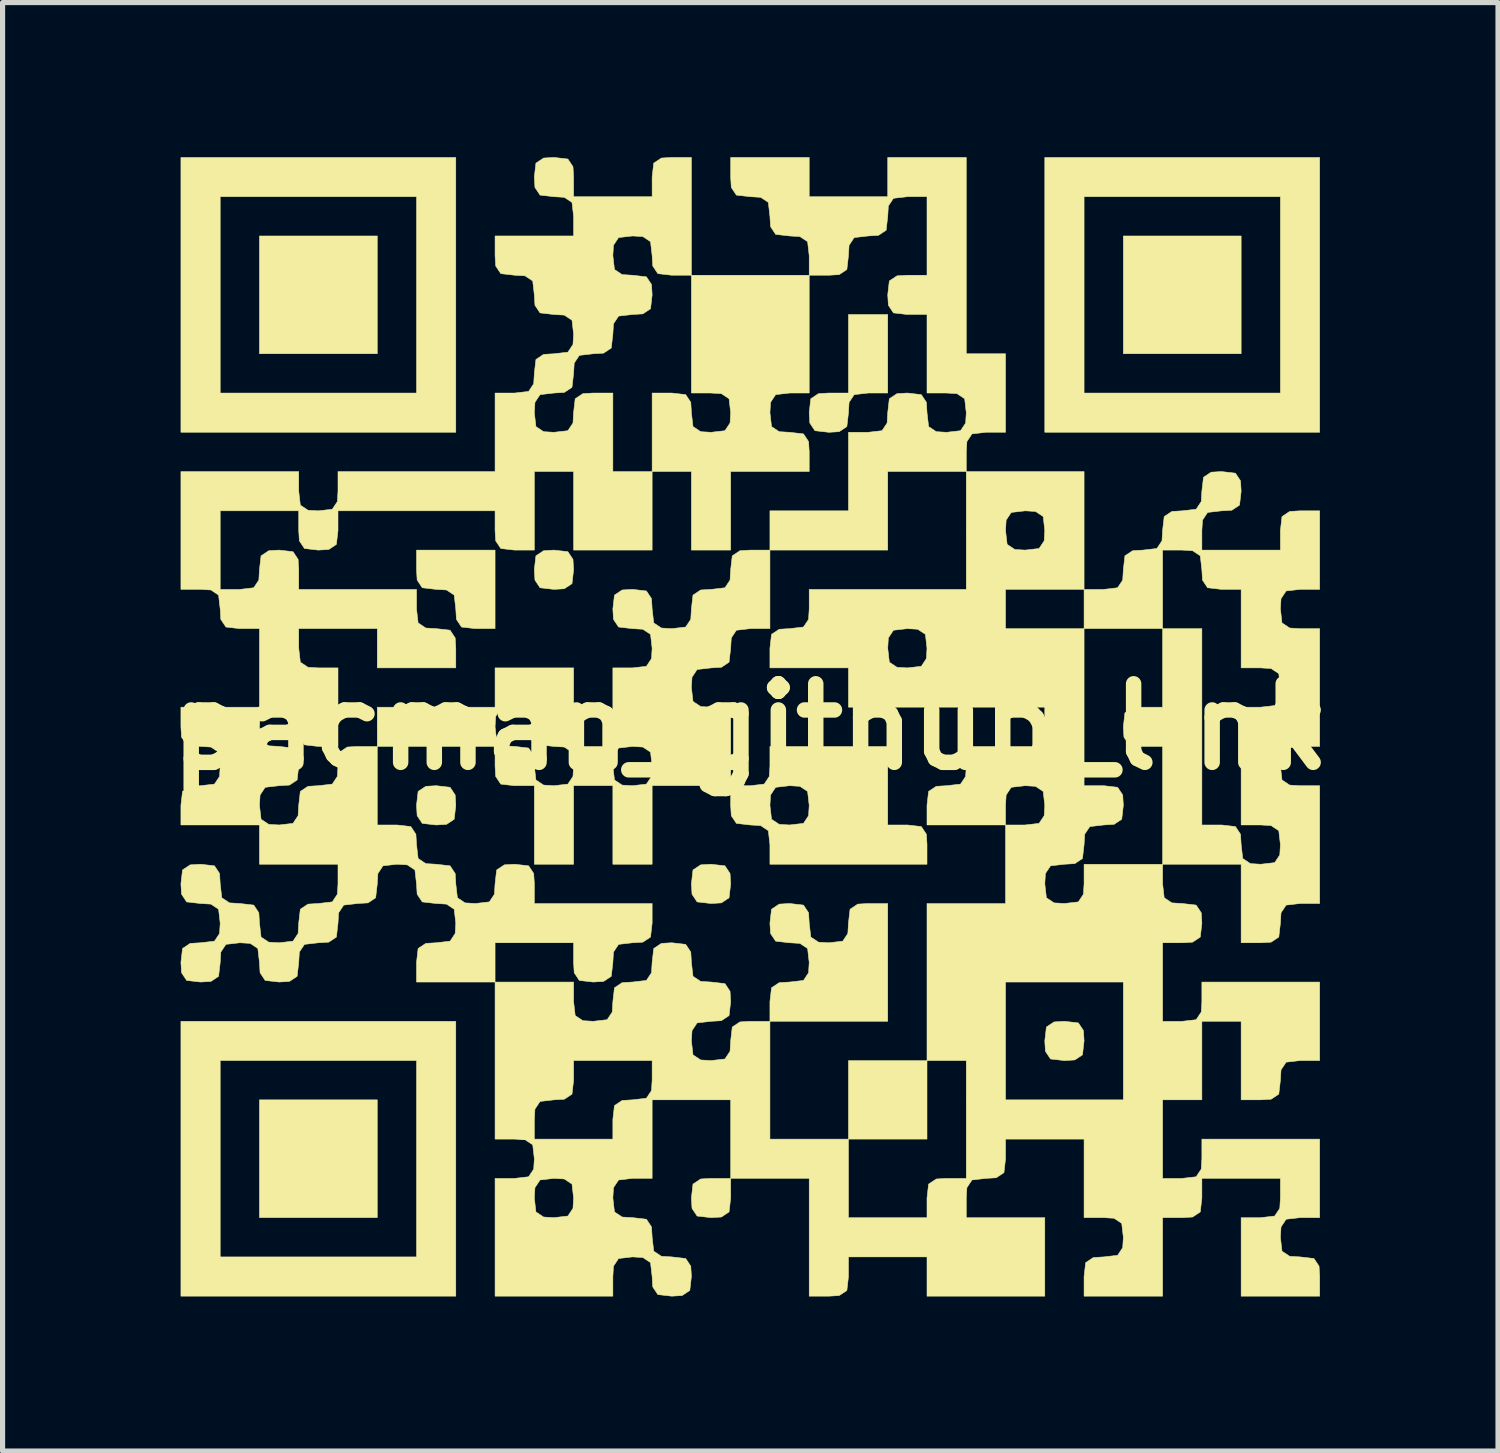
<source format=kicad_pcb>
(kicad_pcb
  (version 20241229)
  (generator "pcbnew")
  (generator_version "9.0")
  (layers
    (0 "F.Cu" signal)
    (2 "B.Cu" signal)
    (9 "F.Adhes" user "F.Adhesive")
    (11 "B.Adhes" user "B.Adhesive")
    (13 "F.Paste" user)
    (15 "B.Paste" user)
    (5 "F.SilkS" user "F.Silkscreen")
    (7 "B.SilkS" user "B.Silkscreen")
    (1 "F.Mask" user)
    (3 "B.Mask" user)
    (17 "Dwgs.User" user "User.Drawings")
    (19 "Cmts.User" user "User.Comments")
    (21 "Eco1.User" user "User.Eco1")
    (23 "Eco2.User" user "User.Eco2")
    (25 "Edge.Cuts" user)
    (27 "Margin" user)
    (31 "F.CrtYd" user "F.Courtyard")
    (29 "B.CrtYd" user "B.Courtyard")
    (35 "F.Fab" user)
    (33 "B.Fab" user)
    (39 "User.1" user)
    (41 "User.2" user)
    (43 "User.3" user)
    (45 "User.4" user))
  (footprint "pacman_github_link"
    (layer "F.Cu")
    (at 11.51 11.054)
    (property "Reference" "pacman_github_link" (at 0 0 0) (layer "F.SilkS") (effects (font (size 1.524 1.524) (thickness 0.3))))
    (attr through_hole)
    (fp_poly (pts (xy -7.239 -7.239) (xy -9.525 -7.239) (xy -9.525 -9.525) (xy -7.239 -9.525) (xy -7.239 -7.239)) (stroke (width 0.01) (type solid)) (fill yes) (layer "F.SilkS"))
    (fp_poly (pts (xy -7.239 9.525) (xy -9.525 9.525) (xy -9.525 7.239) (xy -7.239 7.239) (xy -7.239 9.525)) (stroke (width 0.01) (type solid)) (fill yes) (layer "F.SilkS"))
    (fp_poly (pts (xy 3.429 8.001) (xy 1.905 8.001) (xy 1.905 6.477) (xy 3.429 6.477) (xy 3.429 8.001)) (stroke (width 0.01) (type solid)) (fill yes) (layer "F.SilkS"))
    (fp_poly (pts (xy 9.525 -7.239) (xy 7.239 -7.239) (xy 7.239 -9.525) (xy 9.525 -9.525) (xy 9.525 -7.239)) (stroke (width 0.01) (type solid)) (fill yes) (layer "F.SilkS"))
    (fp_poly (pts (xy -5.715 -5.715) (xy -11.049 -5.715) (xy -11.049 -10.287) (xy -10.287 -10.287) (xy -10.287 -6.477) (xy -6.477 -6.477) (xy -6.477 -10.287) (xy -10.287 -10.287) (xy -11.049 -10.287) (xy -11.049 -11.049) (xy -5.715 -11.049) (xy -5.715 -5.715)) (stroke (width 0.01) (type solid)) (fill yes) (layer "F.SilkS"))
    (fp_poly (pts (xy -5.715 11.049) (xy -11.049 11.049) (xy -11.049 6.477) (xy -10.287 6.477) (xy -10.287 10.287) (xy -6.477 10.287) (xy -6.477 6.477) (xy -10.287 6.477) (xy -11.049 6.477) (xy -11.049 5.715) (xy -5.715 5.715) (xy -5.715 11.049)) (stroke (width 0.01) (type solid)) (fill yes) (layer "F.SilkS"))
    (fp_poly (pts (xy -0.381 9.144) (xy -0.412 9.414) (xy -0.561 9.513) (xy -0.762 9.525) (xy -1.032 9.494) (xy -1.131 9.345) (xy -1.143 9.144) (xy -1.112 8.874) (xy -0.963 8.775) (xy -0.762 8.763) (xy -0.381 8.763) (xy -0.381 9.144)) (stroke (width 0.01) (type solid)) (fill yes) (layer "F.SilkS"))
    (fp_poly (pts (xy 11.049 -5.715) (xy 5.715 -5.715) (xy 5.715 -10.287) (xy 6.477 -10.287) (xy 6.477 -6.477) (xy 10.287 -6.477) (xy 10.287 -10.287) (xy 6.477 -10.287) (xy 5.715 -10.287) (xy 5.715 -11.049) (xy 11.049 -11.049) (xy 11.049 -5.715)) (stroke (width 0.01) (type solid)) (fill yes) (layer "F.SilkS"))
    (fp_poly (pts (xy -5.826 1.174) (xy -5.727 1.323) (xy -5.715 1.524) (xy -5.746 1.794) (xy -5.895 1.893) (xy -6.096 1.905) (xy -6.366 1.874) (xy -6.465 1.725) (xy -6.477 1.524) (xy -6.446 1.254) (xy -6.297 1.155) (xy -6.096 1.143) (xy -5.826 1.174)) (stroke (width 0.01) (type solid)) (fill yes) (layer "F.SilkS"))
    (fp_poly (pts (xy -3.54 -3.398) (xy -3.441 -3.249) (xy -3.429 -3.048) (xy -3.46 -2.778) (xy -3.609 -2.679) (xy -3.81 -2.667) (xy -4.08 -2.698) (xy -4.179 -2.847) (xy -4.191 -3.048) (xy -4.16 -3.318) (xy -4.011 -3.417) (xy -3.81 -3.429) (xy -3.54 -3.398)) (stroke (width 0.01) (type solid)) (fill yes) (layer "F.SilkS"))
    (fp_poly (pts (xy -0.492 2.698) (xy -0.393 2.847) (xy -0.381 3.048) (xy -0.412 3.318) (xy -0.561 3.417) (xy -0.762 3.429) (xy -1.032 3.398) (xy -1.131 3.249) (xy -1.143 3.048) (xy -1.112 2.778) (xy -0.963 2.679) (xy -0.762 2.667) (xy -0.492 2.698)) (stroke (width 0.01) (type solid)) (fill yes) (layer "F.SilkS"))
    (fp_poly (pts (xy 6.366 5.746) (xy 6.465 5.895) (xy 6.477 6.096) (xy 6.446 6.366) (xy 6.297 6.465) (xy 6.096 6.477) (xy 5.826 6.446) (xy 5.727 6.297) (xy 5.715 6.096) (xy 5.746 5.826) (xy 5.895 5.727) (xy 6.096 5.715) (xy 6.366 5.746)) (stroke (width 0.01) (type solid)) (fill yes) (layer "F.SilkS"))
    (fp_poly (pts (xy -4.953 -1.905) (xy -5.334 -1.905) (xy -5.604 -1.936) (xy -5.703 -2.085) (xy -5.715 -2.286) (xy -5.746 -2.556) (xy -5.895 -2.655) (xy -6.096 -2.667) (xy -6.366 -2.698) (xy -6.465 -2.847) (xy -6.477 -3.048) (xy -6.477 -3.429) (xy -4.953 -3.429) (xy -4.953 -1.905)) (stroke (width 0.01) (type solid)) (fill yes) (layer "F.SilkS"))
    (fp_poly (pts (xy 2.667 -6.477) (xy 2.286 -6.477) (xy 2.016 -6.446) (xy 1.917 -6.297) (xy 1.905 -6.096) (xy 1.874 -5.826) (xy 1.725 -5.727) (xy 1.524 -5.715) (xy 1.254 -5.746) (xy 1.155 -5.895) (xy 1.143 -6.096) (xy 1.174 -6.366) (xy 1.323 -6.465) (xy 1.524 -6.477) (xy 1.905 -6.477) (xy 1.905 -8.001) (xy 2.667 -8.001) (xy 2.667 -6.477)) (stroke (width 0.01) (type solid)) (fill yes) (layer "F.SilkS"))
    (fp_poly (pts (xy 2.667 5.715) (xy 0.381 5.715) (xy 0.381 5.334) (xy 0.412 5.064) (xy 0.561 4.965) (xy 0.762 4.953) (xy 1.032 4.922) (xy 1.131 4.773) (xy 1.143 4.572) (xy 1.112 4.302) (xy 0.963 4.203) (xy 0.762 4.191) (xy 0.492 4.16) (xy 0.393 4.011) (xy 0.381 3.81) (xy 0.412 3.54) (xy 0.561 3.441) (xy 0.762 3.429) (xy 1.032 3.46) (xy 1.131 3.609) (xy 1.143 3.81) (xy 1.174 4.08) (xy 1.323 4.179) (xy 1.524 4.191) (xy 1.794 4.16) (xy 1.893 4.011) (xy 1.905 3.81) (xy 1.936 3.54) (xy 2.085 3.441) (xy 2.286 3.429) (xy 2.667 3.429) (xy 2.667 5.715)) (stroke (width 0.01) (type solid)) (fill yes) (layer "F.SilkS"))
    (fp_poly (pts (xy 0 1.143) (xy 0.27 1.112) (xy 0.369 0.963) (xy 0.381 0.762) (xy 0.381 0.381) (xy 2.667 0.381) (xy 2.667 1.905) (xy 3.048 1.905) (xy 3.318 1.936) (xy 3.417 2.085) (xy 3.429 2.286) (xy 3.429 2.667) (xy 0.381 2.667) (xy 0.381 2.286) (xy 0.35 2.016) (xy 0.201 1.917) (xy 0 1.905) (xy -0.27 1.874) (xy -0.369 1.725) (xy -0.381 1.524) (xy 0.381 1.524) (xy 0.412 1.794) (xy 0.561 1.893) (xy 0.762 1.905) (xy 1.032 1.874) (xy 1.131 1.725) (xy 1.143 1.524) (xy 1.112 1.254) (xy 0.963 1.155) (xy 0.762 1.143) (xy 0.492 1.174) (xy 0.393 1.323) (xy 0.381 1.524) (xy -0.381 1.524) (xy -0.381 1.143) (xy 0 1.143)) (stroke (width 0.01) (type solid)) (fill yes) (layer "F.SilkS"))
    (fp_poly (pts (xy 1.143 -9.144) (xy 1.112 -9.414) (xy 0.963 -9.513) (xy 0.762 -9.525) (xy 0.492 -9.556) (xy 0.393 -9.705) (xy 0.381 -9.906) (xy 0.35 -10.176) (xy 0.201 -10.275) (xy 0 -10.287) (xy -0.27 -10.318) (xy -0.369 -10.467) (xy -0.381 -10.668) (xy -0.381 -11.049) (xy 1.143 -11.049) (xy 1.143 -10.287) (xy 2.667 -10.287) (xy 2.667 -11.049) (xy 4.191 -11.049) (xy 4.191 -7.239) (xy 4.953 -7.239) (xy 4.953 -5.715) (xy 4.572 -5.715) (xy 4.302 -5.684) (xy 4.203 -5.535) (xy 4.191 -5.334) (xy 4.191 -4.953) (xy 2.667 -4.953) (xy 2.667 -3.429) (xy 0.381 -3.429) (xy 0.381 -4.191) (xy 1.905 -4.191) (xy 1.905 -5.715) (xy 2.286 -5.715) (xy 2.556 -5.746) (xy 2.655 -5.895) (xy 2.667 -6.096) (xy 2.698 -6.366) (xy 2.847 -6.465) (xy 3.048 -6.477) (xy 3.318 -6.446) (xy 3.417 -6.297) (xy 3.429 -6.096) (xy 3.46 -5.826) (xy 3.609 -5.727) (xy 3.81 -5.715) (xy 4.08 -5.746) (xy 4.179 -5.895) (xy 4.191 -6.096) (xy 4.16 -6.366) (xy 4.011 -6.465) (xy 3.81 -6.477) (xy 3.429 -6.477) (xy 3.429 -8.001) (xy 3.048 -8.001) (xy 2.778 -8.032) (xy 2.679 -8.181) (xy 2.667 -8.382) (xy 2.698 -8.652) (xy 2.847 -8.751) (xy 3.048 -8.763) (xy 3.429 -8.763) (xy 3.429 -10.287) (xy 3.048 -10.287) (xy 2.778 -10.256) (xy 2.679 -10.107) (xy 2.667 -9.906) (xy 2.636 -9.636) (xy 2.487 -9.537) (xy 2.286 -9.525) (xy 2.016 -9.494) (xy 1.917 -9.345) (xy 1.905 -9.144) (xy 1.874 -8.874) (xy 1.725 -8.775) (xy 1.524 -8.763) (xy 1.143 -8.763) (xy 1.143 -9.144)) (stroke (width 0.01) (type solid)) (fill yes) (layer "F.SilkS"))
    (fp_poly (pts (xy -1.905 1.143) (xy -1.905 2.667) (xy -2.667 2.667) (xy -2.667 1.143) (xy -3.429 1.143) (xy -3.429 2.667) (xy -4.191 2.667) (xy -4.191 1.143) (xy -4.572 1.143) (xy -4.842 1.112) (xy -4.941 0.963) (xy -4.953 0.762) (xy -4.953 0.381) (xy -7.239 0.381) (xy -7.239 0) (xy -4.953 0) (xy -4.922 0.27) (xy -4.773 0.369) (xy -4.572 0.381) (xy -4.302 0.412) (xy -4.203 0.561) (xy -4.191 0.762) (xy -4.16 1.032) (xy -4.011 1.131) (xy -3.81 1.143) (xy -3.54 1.112) (xy -3.441 0.963) (xy -3.429 0.762) (xy -2.667 0.762) (xy -2.636 1.032) (xy -2.487 1.131) (xy -2.286 1.143) (xy -2.016 1.112) (xy -1.917 0.963) (xy -1.905 0.762) (xy -1.936 0.492) (xy -2.085 0.393) (xy -2.286 0.381) (xy -2.556 0.412) (xy -2.655 0.561) (xy -2.667 0.762) (xy -3.429 0.762) (xy -3.46 0.492) (xy -3.609 0.393) (xy -3.81 0.381) (xy -4.08 0.35) (xy -4.179 0.201) (xy -4.191 0) (xy -4.222 -0.27) (xy -4.371 -0.369) (xy -4.572 -0.381) (xy -4.842 -0.35) (xy -4.941 -0.201) (xy -4.953 0) (xy -7.239 0) (xy -7.239 -0.381) (xy -4.953 -0.381) (xy -4.953 -1.143) (xy -3.429 -1.143) (xy -3.429 0.381) (xy -2.667 0.381) (xy -2.667 -1.143) (xy -2.286 -1.143) (xy -2.016 -1.174) (xy -1.917 -1.323) (xy -1.905 -1.524) (xy -1.936 -1.794) (xy -2.085 -1.893) (xy -2.286 -1.905) (xy -2.556 -1.936) (xy -2.655 -2.085) (xy -2.667 -2.286) (xy -2.636 -2.556) (xy -2.487 -2.655) (xy -2.286 -2.667) (xy -2.016 -2.636) (xy -1.917 -2.487) (xy -1.905 -2.286) (xy -1.874 -2.016) (xy -1.725 -1.917) (xy -1.524 -1.905) (xy -1.254 -1.936) (xy -1.155 -2.085) (xy -1.143 -2.286) (xy -1.112 -2.556) (xy -0.963 -2.655) (xy -0.762 -2.667) (xy -0.492 -2.698) (xy -0.393 -2.847) (xy -0.381 -3.048) (xy -0.35 -3.318) (xy -0.201 -3.417) (xy 0 -3.429) (xy 0.381 -3.429) (xy 0.381 -1.905) (xy 0 -1.905) (xy -0.27 -1.874) (xy -0.369 -1.725) (xy -0.381 -1.524) (xy -0.412 -1.254) (xy -0.561 -1.155) (xy -0.762 -1.143) (xy -1.032 -1.112) (xy -1.131 -0.963) (xy -1.143 -0.762) (xy -1.112 -0.492) (xy -0.963 -0.393) (xy -0.762 -0.381) (xy -0.381 -0.381) (xy -0.381 1.143) (xy -1.905 1.143)) (stroke (width 0.01) (type solid)) (fill yes) (layer "F.SilkS"))
    (fp_poly (pts (xy 1.143 -6.477) (xy 0.762 -6.477) (xy 0.492 -6.446) (xy 0.393 -6.297) (xy 0.381 -6.096) (xy 0.412 -5.826) (xy 0.561 -5.727) (xy 0.762 -5.715) (xy 1.032 -5.684) (xy 1.131 -5.535) (xy 1.143 -5.334) (xy 1.143 -4.953) (xy -0.381 -4.953) (xy -0.381 -3.429) (xy -1.143 -3.429) (xy -1.143 -4.953) (xy -1.905 -4.953) (xy -1.905 -3.429) (xy -3.429 -3.429) (xy -3.429 -4.953) (xy -4.191 -4.953) (xy -4.191 -3.429) (xy -4.572 -3.429) (xy -4.842 -3.46) (xy -4.941 -3.609) (xy -4.953 -3.81) (xy -4.953 -4.191) (xy -8.001 -4.191) (xy -8.001 -3.81) (xy -8.032 -3.54) (xy -8.181 -3.441) (xy -8.382 -3.429) (xy -8.652 -3.46) (xy -8.751 -3.609) (xy -8.763 -3.81) (xy -8.763 -4.191) (xy -10.287 -4.191) (xy -10.287 -2.667) (xy -9.906 -2.667) (xy -9.636 -2.698) (xy -9.537 -2.847) (xy -9.525 -3.048) (xy -9.494 -3.318) (xy -9.345 -3.417) (xy -9.144 -3.429) (xy -8.874 -3.398) (xy -8.775 -3.249) (xy -8.763 -3.048) (xy -8.763 -2.667) (xy -6.477 -2.667) (xy -6.477 -2.286) (xy -6.446 -2.016) (xy -6.297 -1.917) (xy -6.096 -1.905) (xy -5.826 -1.874) (xy -5.727 -1.725) (xy -5.715 -1.524) (xy -5.715 -1.143) (xy -7.239 -1.143) (xy -7.239 -1.905) (xy -8.763 -1.905) (xy -8.763 -1.524) (xy -8.732 -1.254) (xy -8.583 -1.155) (xy -8.382 -1.143) (xy -8.001 -1.143) (xy -8.001 0.381) (xy -8.382 0.381) (xy -8.652 0.35) (xy -8.751 0.201) (xy -8.763 0) (xy -8.794 -0.27) (xy -8.943 -0.369) (xy -9.144 -0.381) (xy -9.414 -0.35) (xy -9.513 -0.201) (xy -9.525 0) (xy -9.494 0.27) (xy -9.345 0.369) (xy -9.144 0.381) (xy -8.874 0.412) (xy -8.775 0.561) (xy -8.763 0.762) (xy -8.794 1.032) (xy -8.943 1.131) (xy -9.144 1.143) (xy -9.414 1.174) (xy -9.513 1.323) (xy -9.525 1.524) (xy -9.494 1.794) (xy -9.345 1.893) (xy -9.144 1.905) (xy -8.874 1.874) (xy -8.775 1.725) (xy -8.763 1.524) (xy -8.732 1.254) (xy -8.583 1.155) (xy -8.382 1.143) (xy -8.112 1.112) (xy -8.013 0.963) (xy -8.001 0.762) (xy -7.97 0.492) (xy -7.821 0.393) (xy -7.62 0.381) (xy -7.239 0.381) (xy -7.239 1.905) (xy -6.858 1.905) (xy -6.588 1.936) (xy -6.489 2.085) (xy -6.477 2.286) (xy -6.446 2.556) (xy -6.297 2.655) (xy -6.096 2.667) (xy -5.826 2.698) (xy -5.727 2.847) (xy -5.715 3.048) (xy -5.684 3.318) (xy -5.535 3.417) (xy -5.334 3.429) (xy -5.064 3.398) (xy -4.965 3.249) (xy -4.953 3.048) (xy -4.922 2.778) (xy -4.773 2.679) (xy -4.572 2.667) (xy -4.302 2.698) (xy -4.203 2.847) (xy -4.191 3.048) (xy -4.191 3.429) (xy -1.905 3.429) (xy -1.905 3.81) (xy -1.936 4.08) (xy -2.085 4.179) (xy -2.286 4.191) (xy -2.556 4.222) (xy -2.655 4.371) (xy -2.667 4.572) (xy -2.698 4.842) (xy -2.847 4.941) (xy -3.048 4.953) (xy -3.318 4.922) (xy -3.417 4.773) (xy -3.429 4.572) (xy -3.429 4.191) (xy -4.953 4.191) (xy -4.953 4.953) (xy -6.477 4.953) (xy -6.477 4.572) (xy -6.446 4.302) (xy -6.297 4.203) (xy -6.096 4.191) (xy -5.826 4.16) (xy -5.727 4.011) (xy -5.715 3.81) (xy -5.746 3.54) (xy -5.895 3.441) (xy -6.096 3.429) (xy -6.366 3.398) (xy -6.465 3.249) (xy -6.477 3.048) (xy -6.508 2.778) (xy -6.657 2.679) (xy -6.858 2.667) (xy -7.128 2.698) (xy -7.227 2.847) (xy -7.239 3.048) (xy -7.27 3.318) (xy -7.419 3.417) (xy -7.62 3.429) (xy -7.89 3.46) (xy -7.989 3.609) (xy -8.001 3.81) (xy -8.032 4.08) (xy -8.181 4.179) (xy -8.382 4.191) (xy -8.652 4.222) (xy -8.751 4.371) (xy -8.763 4.572) (xy -8.794 4.842) (xy -8.943 4.941) (xy -9.144 4.953) (xy -9.414 4.922) (xy -9.513 4.773) (xy -9.525 4.572) (xy -9.556 4.302) (xy -9.705 4.203) (xy -9.906 4.191) (xy -10.176 4.222) (xy -10.275 4.371) (xy -10.287 4.572) (xy -10.318 4.842) (xy -10.467 4.941) (xy -10.668 4.953) (xy -10.938 4.922) (xy -11.037 4.773) (xy -11.049 4.572) (xy -11.018 4.302) (xy -10.869 4.203) (xy -10.668 4.191) (xy -10.398 4.16) (xy -10.299 4.011) (xy -10.287 3.81) (xy -10.318 3.54) (xy -10.467 3.441) (xy -10.668 3.429) (xy -10.938 3.398) (xy -11.037 3.249) (xy -11.049 3.048) (xy -11.018 2.778) (xy -10.869 2.679) (xy -10.668 2.667) (xy -10.398 2.698) (xy -10.299 2.847) (xy -10.287 3.048) (xy -10.256 3.318) (xy -10.107 3.417) (xy -9.906 3.429) (xy -9.636 3.46) (xy -9.537 3.609) (xy -9.525 3.81) (xy -9.494 4.08) (xy -9.345 4.179) (xy -9.144 4.191) (xy -8.874 4.16) (xy -8.775 4.011) (xy -8.763 3.81) (xy -8.732 3.54) (xy -8.583 3.441) (xy -8.382 3.429) (xy -8.112 3.398) (xy -8.013 3.249) (xy -8.001 3.048) (xy -8.001 2.667) (xy -9.525 2.667) (xy -9.525 1.905) (xy -11.049 1.905) (xy -11.049 1.524) (xy -11.018 1.254) (xy -10.869 1.155) (xy -10.668 1.143) (xy -10.398 1.112) (xy -10.299 0.963) (xy -10.287 0.762) (xy -10.318 0.492) (xy -10.467 0.393) (xy -10.668 0.381) (xy -10.938 0.35) (xy -11.037 0.201) (xy -11.049 0) (xy -11.049 -0.381) (xy -9.525 -0.381) (xy -9.525 -1.905) (xy -9.906 -1.905) (xy -10.176 -1.936) (xy -10.275 -2.085) (xy -10.287 -2.286) (xy -10.318 -2.556) (xy -10.467 -2.655) (xy -10.668 -2.667) (xy -11.049 -2.667) (xy -11.049 -4.953) (xy -8.763 -4.953) (xy -8.763 -4.572) (xy -8.732 -4.302) (xy -8.583 -4.203) (xy -8.382 -4.191) (xy -8.112 -4.222) (xy -8.013 -4.371) (xy -8.001 -4.572) (xy -8.001 -4.953) (xy -4.953 -4.953) (xy -4.953 -6.096) (xy -4.191 -6.096) (xy -4.16 -5.826) (xy -4.011 -5.727) (xy -3.81 -5.715) (xy -3.54 -5.746) (xy -3.441 -5.895) (xy -3.429 -6.096) (xy -3.398 -6.366) (xy -3.249 -6.465) (xy -3.048 -6.477) (xy -2.667 -6.477) (xy -2.667 -4.953) (xy -1.905 -4.953) (xy -1.905 -6.477) (xy -1.524 -6.477) (xy -1.254 -6.446) (xy -1.155 -6.297) (xy -1.143 -6.096) (xy -1.112 -5.826) (xy -0.963 -5.727) (xy -0.762 -5.715) (xy -0.492 -5.746) (xy -0.393 -5.895) (xy -0.381 -6.096) (xy -0.412 -6.366) (xy -0.561 -6.465) (xy -0.762 -6.477) (xy -1.143 -6.477) (xy -1.143 -8.763) (xy -1.524 -8.763) (xy -1.794 -8.794) (xy -1.893 -8.943) (xy -1.905 -9.144) (xy -1.936 -9.414) (xy -2.085 -9.513) (xy -2.286 -9.525) (xy -2.556 -9.494) (xy -2.655 -9.345) (xy -2.667 -9.144) (xy -2.636 -8.874) (xy -2.487 -8.775) (xy -2.286 -8.763) (xy -2.016 -8.732) (xy -1.917 -8.583) (xy -1.905 -8.382) (xy -1.936 -8.112) (xy -2.085 -8.013) (xy -2.286 -8.001) (xy -2.556 -7.97) (xy -2.655 -7.821) (xy -2.667 -7.62) (xy -2.698 -7.35) (xy -2.847 -7.251) (xy -3.048 -7.239) (xy -3.318 -7.208) (xy -3.417 -7.059) (xy -3.429 -6.858) (xy -3.46 -6.588) (xy -3.609 -6.489) (xy -3.81 -6.477) (xy -4.08 -6.446) (xy -4.179 -6.297) (xy -4.191 -6.096) (xy -4.953 -6.096) (xy -4.953 -6.477) (xy -4.572 -6.477) (xy -4.302 -6.508) (xy -4.203 -6.657) (xy -4.191 -6.858) (xy -4.16 -7.128) (xy -4.011 -7.227) (xy -3.81 -7.239) (xy -3.54 -7.27) (xy -3.441 -7.419) (xy -3.429 -7.62) (xy -3.46 -7.89) (xy -3.609 -7.989) (xy -3.81 -8.001) (xy -4.08 -8.032) (xy -4.179 -8.181) (xy -4.191 -8.382) (xy -4.222 -8.652) (xy -4.371 -8.751) (xy -4.572 -8.763) (xy -4.842 -8.794) (xy -4.941 -8.943) (xy -4.953 -9.144) (xy -4.953 -9.525) (xy -3.429 -9.525) (xy -3.429 -9.906) (xy -3.46 -10.176) (xy -3.609 -10.275) (xy -3.81 -10.287) (xy -4.08 -10.318) (xy -4.179 -10.467) (xy -4.191 -10.668) (xy -4.16 -10.938) (xy -4.011 -11.037) (xy -3.81 -11.049) (xy -3.54 -11.018) (xy -3.441 -10.869) (xy -3.429 -10.668) (xy -3.429 -10.287) (xy -1.905 -10.287) (xy -1.905 -10.668) (xy -1.874 -10.938) (xy -1.725 -11.037) (xy -1.524 -11.049) (xy -1.143 -11.049) (xy -1.143 -8.763) (xy 1.143 -8.763) (xy 1.143 -6.477)) (stroke (width 0.01) (type solid)) (fill yes) (layer "F.SilkS"))
    (fp_poly (pts (xy 3.429 1.905) (xy 3.429 1.524) (xy 4.953 1.524) (xy 4.953 1.905) (xy 5.334 1.905) (xy 5.604 1.874) (xy 5.703 1.725) (xy 5.715 1.524) (xy 5.684 1.254) (xy 5.535 1.155) (xy 5.334 1.143) (xy 5.064 1.174) (xy 4.965 1.323) (xy 4.953 1.524) (xy 3.429 1.524) (xy 3.46 1.254) (xy 3.609 1.155) (xy 3.81 1.143) (xy 4.08 1.112) (xy 4.179 0.963) (xy 4.191 0.762) (xy 4.191 0.381) (xy 5.715 0.381) (xy 5.715 -0.381) (xy 1.905 -0.381) (xy 1.905 -1.143) (xy 0.381 -1.143) (xy 0.381 -1.524) (xy 2.667 -1.524) (xy 2.698 -1.254) (xy 2.847 -1.155) (xy 3.048 -1.143) (xy 3.318 -1.174) (xy 3.417 -1.323) (xy 3.429 -1.524) (xy 3.398 -1.794) (xy 3.249 -1.893) (xy 3.048 -1.905) (xy 2.778 -1.874) (xy 2.679 -1.725) (xy 2.667 -1.524) (xy 0.381 -1.524) (xy 0.412 -1.794) (xy 0.561 -1.893) (xy 0.762 -1.905) (xy 1.032 -1.936) (xy 1.131 -2.085) (xy 1.143 -2.286) (xy 1.143 -2.667) (xy 4.191 -2.667) (xy 4.953 -2.667) (xy 4.953 -1.905) (xy 6.477 -1.905) (xy 6.477 -2.667) (xy 4.953 -2.667) (xy 4.191 -2.667) (xy 4.191 -3.81) (xy 4.953 -3.81) (xy 4.984 -3.54) (xy 5.133 -3.441) (xy 5.334 -3.429) (xy 5.604 -3.46) (xy 5.703 -3.609) (xy 5.715 -3.81) (xy 5.684 -4.08) (xy 5.535 -4.179) (xy 5.334 -4.191) (xy 5.064 -4.16) (xy 4.965 -4.011) (xy 4.953 -3.81) (xy 4.191 -3.81) (xy 4.191 -4.953) (xy 6.477 -4.953) (xy 6.477 -2.667) (xy 6.858 -2.667) (xy 7.128 -2.698) (xy 7.227 -2.847) (xy 7.239 -3.048) (xy 7.27 -3.318) (xy 7.419 -3.417) (xy 7.62 -3.429) (xy 8.001 -3.429) (xy 8.001 -1.905) (xy 8.763 -1.905) (xy 8.763 1.905) (xy 9.144 1.905) (xy 9.414 1.936) (xy 9.513 2.085) (xy 9.525 2.286) (xy 9.556 2.556) (xy 9.705 2.655) (xy 9.906 2.667) (xy 10.176 2.636) (xy 10.275 2.487) (xy 10.287 2.286) (xy 10.256 2.016) (xy 10.107 1.917) (xy 9.906 1.905) (xy 9.525 1.905) (xy 9.525 -0.381) (xy 9.906 -0.381) (xy 10.176 -0.412) (xy 10.275 -0.561) (xy 10.287 -0.762) (xy 10.256 -1.032) (xy 10.107 -1.131) (xy 9.906 -1.143) (xy 9.525 -1.143) (xy 9.525 -2.667) (xy 9.144 -2.667) (xy 8.874 -2.698) (xy 8.775 -2.847) (xy 8.763 -3.048) (xy 8.732 -3.318) (xy 8.583 -3.417) (xy 8.382 -3.429) (xy 8.001 -3.429) (xy 7.62 -3.429) (xy 7.89 -3.46) (xy 7.989 -3.609) (xy 8.001 -3.81) (xy 8.032 -4.08) (xy 8.181 -4.179) (xy 8.382 -4.191) (xy 8.652 -4.222) (xy 8.751 -4.371) (xy 8.763 -4.572) (xy 8.794 -4.842) (xy 8.943 -4.941) (xy 9.144 -4.953) (xy 9.414 -4.922) (xy 9.513 -4.773) (xy 9.525 -4.572) (xy 9.494 -4.302) (xy 9.345 -4.203) (xy 9.144 -4.191) (xy 8.874 -4.16) (xy 8.775 -4.011) (xy 8.763 -3.81) (xy 8.763 -3.429) (xy 10.287 -3.429) (xy 10.287 -3.81) (xy 10.318 -4.08) (xy 10.467 -4.179) (xy 10.668 -4.191) (xy 11.049 -4.191) (xy 11.049 -2.667) (xy 10.668 -2.667) (xy 10.398 -2.636) (xy 10.299 -2.487) (xy 10.287 -2.286) (xy 10.318 -2.016) (xy 10.467 -1.917) (xy 10.668 -1.905) (xy 11.049 -1.905) (xy 11.049 0.381) (xy 10.668 0.381) (xy 10.398 0.412) (xy 10.299 0.561) (xy 10.287 0.762) (xy 10.318 1.032) (xy 10.467 1.131) (xy 10.668 1.143) (xy 11.049 1.143) (xy 11.049 3.429) (xy 10.668 3.429) (xy 10.398 3.46) (xy 10.299 3.609) (xy 10.287 3.81) (xy 10.256 4.08) (xy 10.107 4.179) (xy 9.906 4.191) (xy 9.525 4.191) (xy 9.525 2.667) (xy 8.001 2.667) (xy 8.001 3.048) (xy 8.032 3.318) (xy 8.181 3.417) (xy 8.382 3.429) (xy 8.652 3.46) (xy 8.751 3.609) (xy 8.763 3.81) (xy 8.732 4.08) (xy 8.583 4.179) (xy 8.382 4.191) (xy 8.001 4.191) (xy 8.001 5.715) (xy 8.382 5.715) (xy 8.652 5.684) (xy 8.751 5.535) (xy 8.763 5.334) (xy 8.763 4.953) (xy 11.049 4.953) (xy 11.049 6.477) (xy 10.668 6.477) (xy 10.398 6.508) (xy 10.299 6.657) (xy 10.287 6.858) (xy 10.256 7.128) (xy 10.107 7.227) (xy 9.906 7.239) (xy 9.525 7.239) (xy 9.525 5.715) (xy 8.763 5.715) (xy 8.763 7.239) (xy 8.001 7.239) (xy 8.001 8.763) (xy 8.382 8.763) (xy 8.652 8.732) (xy 8.751 8.583) (xy 8.763 8.382) (xy 8.763 8.001) (xy 11.049 8.001) (xy 11.049 9.525) (xy 10.668 9.525) (xy 10.398 9.556) (xy 10.299 9.705) (xy 10.287 9.906) (xy 10.318 10.176) (xy 10.467 10.275) (xy 10.668 10.287) (xy 10.938 10.318) (xy 11.037 10.467) (xy 11.049 10.668) (xy 11.049 11.049) (xy 9.525 11.049) (xy 9.525 9.525) (xy 9.906 9.525) (xy 10.176 9.494) (xy 10.275 9.345) (xy 10.287 9.144) (xy 10.287 8.763) (xy 8.763 8.763) (xy 8.763 9.144) (xy 8.732 9.414) (xy 8.583 9.513) (xy 8.382 9.525) (xy 8.001 9.525) (xy 8.001 11.049) (xy 6.477 11.049) (xy 6.477 10.668) (xy 6.508 10.398) (xy 6.657 10.299) (xy 6.858 10.287) (xy 7.128 10.256) (xy 7.227 10.107) (xy 7.239 9.906) (xy 7.208 9.636) (xy 7.059 9.537) (xy 6.858 9.525) (xy 6.477 9.525) (xy 6.477 8.001) (xy 4.953 8.001) (xy 4.953 8.382) (xy 4.922 8.652) (xy 4.773 8.751) (xy 4.572 8.763) (xy 4.302 8.794) (xy 4.203 8.943) (xy 4.191 9.144) (xy 4.191 9.525) (xy 5.715 9.525) (xy 5.715 11.049) (xy 3.429 11.049) (xy 3.429 10.287) (xy 1.905 10.287) (xy 1.905 10.668) (xy 1.874 10.938) (xy 1.725 11.037) (xy 1.524 11.049) (xy 1.143 11.049) (xy 1.143 8.763) (xy -0.381 8.763) (xy -0.381 7.239) (xy -1.905 7.239) (xy -1.905 8.763) (xy -2.286 8.763) (xy -2.556 8.794) (xy -2.655 8.943) (xy -2.667 9.144) (xy -2.636 9.414) (xy -2.487 9.513) (xy -2.286 9.525) (xy -2.016 9.556) (xy -1.917 9.705) (xy -1.905 9.906) (xy -1.874 10.176) (xy -1.725 10.275) (xy -1.524 10.287) (xy -1.254 10.318) (xy -1.155 10.467) (xy -1.143 10.668) (xy -1.174 10.938) (xy -1.323 11.037) (xy -1.524 11.049) (xy -1.794 11.018) (xy -1.893 10.869) (xy -1.905 10.668) (xy -1.936 10.398) (xy -2.085 10.299) (xy -2.286 10.287) (xy -2.556 10.318) (xy -2.655 10.467) (xy -2.667 10.668) (xy -2.667 11.049) (xy -4.953 11.049) (xy -4.953 9.144) (xy -4.191 9.144) (xy -4.16 9.414) (xy -4.011 9.513) (xy -3.81 9.525) (xy -3.54 9.494) (xy -3.441 9.345) (xy -3.429 9.144) (xy -3.46 8.874) (xy -3.609 8.775) (xy -3.81 8.763) (xy -4.08 8.794) (xy -4.179 8.943) (xy -4.191 9.144) (xy -4.953 9.144) (xy -4.953 8.763) (xy -4.572 8.763) (xy -4.302 8.732) (xy -4.203 8.583) (xy -4.191 8.382) (xy -4.222 8.112) (xy -4.371 8.013) (xy -4.572 8.001) (xy -4.953 8.001) (xy -4.953 7.62) (xy -4.191 7.62) (xy -4.191 8.001) (xy -2.667 8.001) (xy -2.667 7.62) (xy -2.636 7.35) (xy -2.487 7.251) (xy -2.286 7.239) (xy -2.016 7.208) (xy -1.917 7.059) (xy -1.905 6.858) (xy -1.905 6.477) (xy -3.429 6.477) (xy -3.429 6.858) (xy -3.46 7.128) (xy -3.609 7.227) (xy -3.81 7.239) (xy -4.08 7.27) (xy -4.179 7.419) (xy -4.191 7.62) (xy -4.953 7.62) (xy -4.953 4.953) (xy -3.429 4.953) (xy -3.429 5.334) (xy -3.398 5.604) (xy -3.249 5.703) (xy -3.048 5.715) (xy -2.778 5.684) (xy -2.679 5.535) (xy -2.667 5.334) (xy -2.636 5.064) (xy -2.487 4.965) (xy -2.286 4.953) (xy -2.016 4.922) (xy -1.917 4.773) (xy -1.905 4.572) (xy -1.874 4.302) (xy -1.725 4.203) (xy -1.524 4.191) (xy -1.254 4.222) (xy -1.155 4.371) (xy -1.143 4.572) (xy -1.112 4.842) (xy -0.963 4.941) (xy -0.762 4.953) (xy -0.492 4.984) (xy -0.393 5.133) (xy -0.381 5.334) (xy -0.412 5.604) (xy -0.561 5.703) (xy -0.762 5.715) (xy -1.032 5.746) (xy -1.131 5.895) (xy -1.143 6.096) (xy -1.112 6.366) (xy -0.963 6.465) (xy -0.762 6.477) (xy -0.492 6.446) (xy -0.393 6.297) (xy -0.381 6.096) (xy -0.35 5.826) (xy -0.201 5.727) (xy 0 5.715) (xy 0.381 5.715) (xy 0.381 8.001) (xy 1.905 8.001) (xy 1.905 9.525) (xy 3.429 9.525) (xy 3.429 9.144) (xy 3.46 8.874) (xy 3.609 8.775) (xy 3.81 8.763) (xy 4.191 8.763) (xy 4.191 6.477) (xy 3.429 6.477) (xy 3.429 4.953) (xy 4.953 4.953) (xy 4.953 7.239) (xy 7.239 7.239) (xy 7.239 4.953) (xy 4.953 4.953) (xy 3.429 4.953) (xy 3.429 3.429) (xy 4.953 3.429) (xy 4.953 3.048) (xy 5.715 3.048) (xy 5.746 3.318) (xy 5.895 3.417) (xy 6.096 3.429) (xy 6.366 3.398) (xy 6.465 3.249) (xy 6.477 3.048) (xy 6.477 2.667) (xy 8.001 2.667) (xy 8.001 0.381) (xy 7.62 0.381) (xy 7.35 0.35) (xy 7.251 0.201) (xy 7.239 0) (xy 7.27 -0.27) (xy 7.419 -0.369) (xy 7.62 -0.381) (xy 8.001 -0.381) (xy 8.001 -1.905) (xy 6.477 -1.905) (xy 6.477 1.143) (xy 6.858 1.143) (xy 7.128 1.174) (xy 7.227 1.323) (xy 7.239 1.524) (xy 7.208 1.794) (xy 7.059 1.893) (xy 6.858 1.905) (xy 6.588 1.936) (xy 6.489 2.085) (xy 6.477 2.286) (xy 6.446 2.556) (xy 6.297 2.655) (xy 6.096 2.667) (xy 5.826 2.698) (xy 5.727 2.847) (xy 5.715 3.048) (xy 4.953 3.048) (xy 4.953 1.905) (xy 3.429 1.905)) (stroke (width 0.01) (type solid)) (fill yes) (layer "F.SilkS")))
  (gr_rect
    (start -3 -3)
    (end 26.02 25.108)
    (stroke (width 0.1) (type default))
    (fill no)
    (layer "Edge.Cuts")))
</source>
